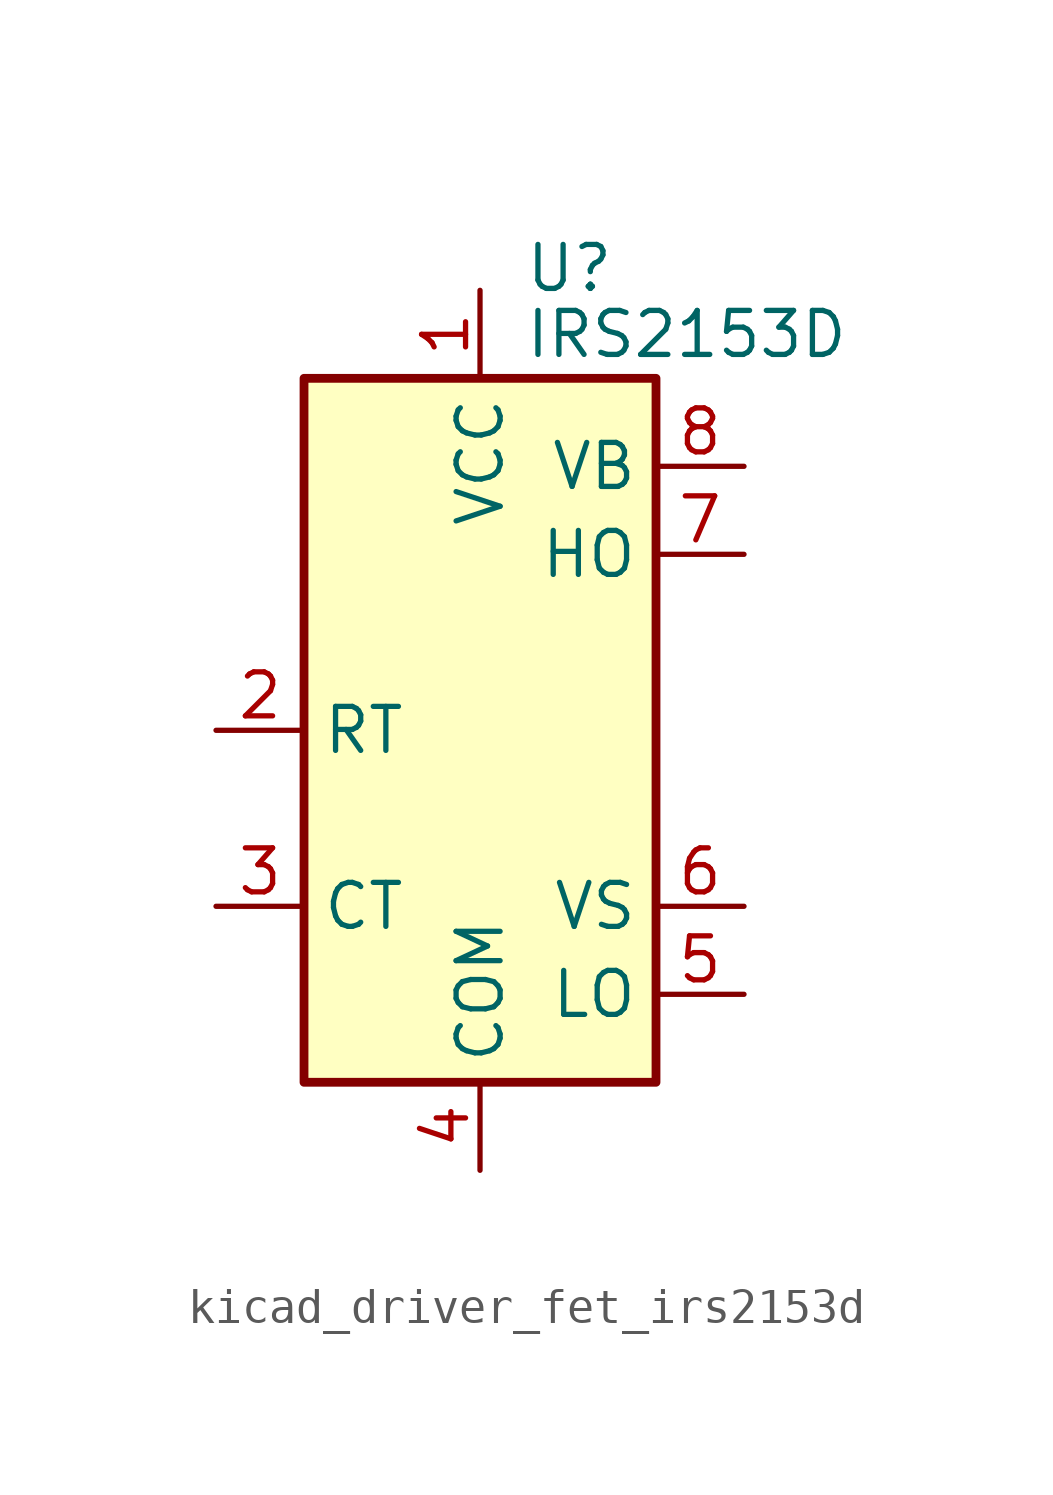
<source format=kicad_sym>
(kicad_symbol_lib
  (version 20220914)
  (generator kicad_symbol_editor)
  (symbol "kicad_driver_fet_irs2153d"
    (property "Reference" "U"
      (at 1.27 13.335 0)
      (effects (font (size 1.27 1.27)) (justify left)))
    (property "Value" "IRS2153D"
      (at 1.27 11.43 0)
      (effects (font (size 1.27 1.27)) (justify left)))
    (symbol "kicad_driver_fet_irs2153d_0_1"
      (rectangle (start -5.08 -10.16) (end 5.08 10.16) (stroke (width 0.254) (type default)) (fill (type background))))
    (symbol "kicad_driver_fet_irs2153d_1_1"
      (pin power_in line (at 0 12.7 270) (length 2.54) (name "VCC" (effects (font (size 1.27 1.27)))) (number "1" (effects (font (size 1.27 1.27)))))
      (pin passive line (at -7.62 0 0) (length 2.54) (name "RT" (effects (font (size 1.27 1.27)))) (number "2" (effects (font (size 1.27 1.27)))))
      (pin passive line (at -7.62 -5.08 0) (length 2.54) (name "CT" (effects (font (size 1.27 1.27)))) (number "3" (effects (font (size 1.27 1.27)))))
      (pin power_in line (at 0 -12.7 90) (length 2.54) (name "COM" (effects (font (size 1.27 1.27)))) (number "4" (effects (font (size 1.27 1.27)))))
      (pin output line (at 7.62 -7.62 180) (length 2.54) (name "LO" (effects (font (size 1.27 1.27)))) (number "5" (effects (font (size 1.27 1.27)))))
      (pin passive line (at 7.62 -5.08 180) (length 2.54) (name "VS" (effects (font (size 1.27 1.27)))) (number "6" (effects (font (size 1.27 1.27)))))
      (pin output line (at 7.62 5.08 180) (length 2.54) (name "HO" (effects (font (size 1.27 1.27)))) (number "7" (effects (font (size 1.27 1.27)))))
      (pin passive line (at 7.62 7.62 180) (length 2.54) (name "VB" (effects (font (size 1.27 1.27)))) (number "8" (effects (font (size 1.27 1.27))))))))
</source>
